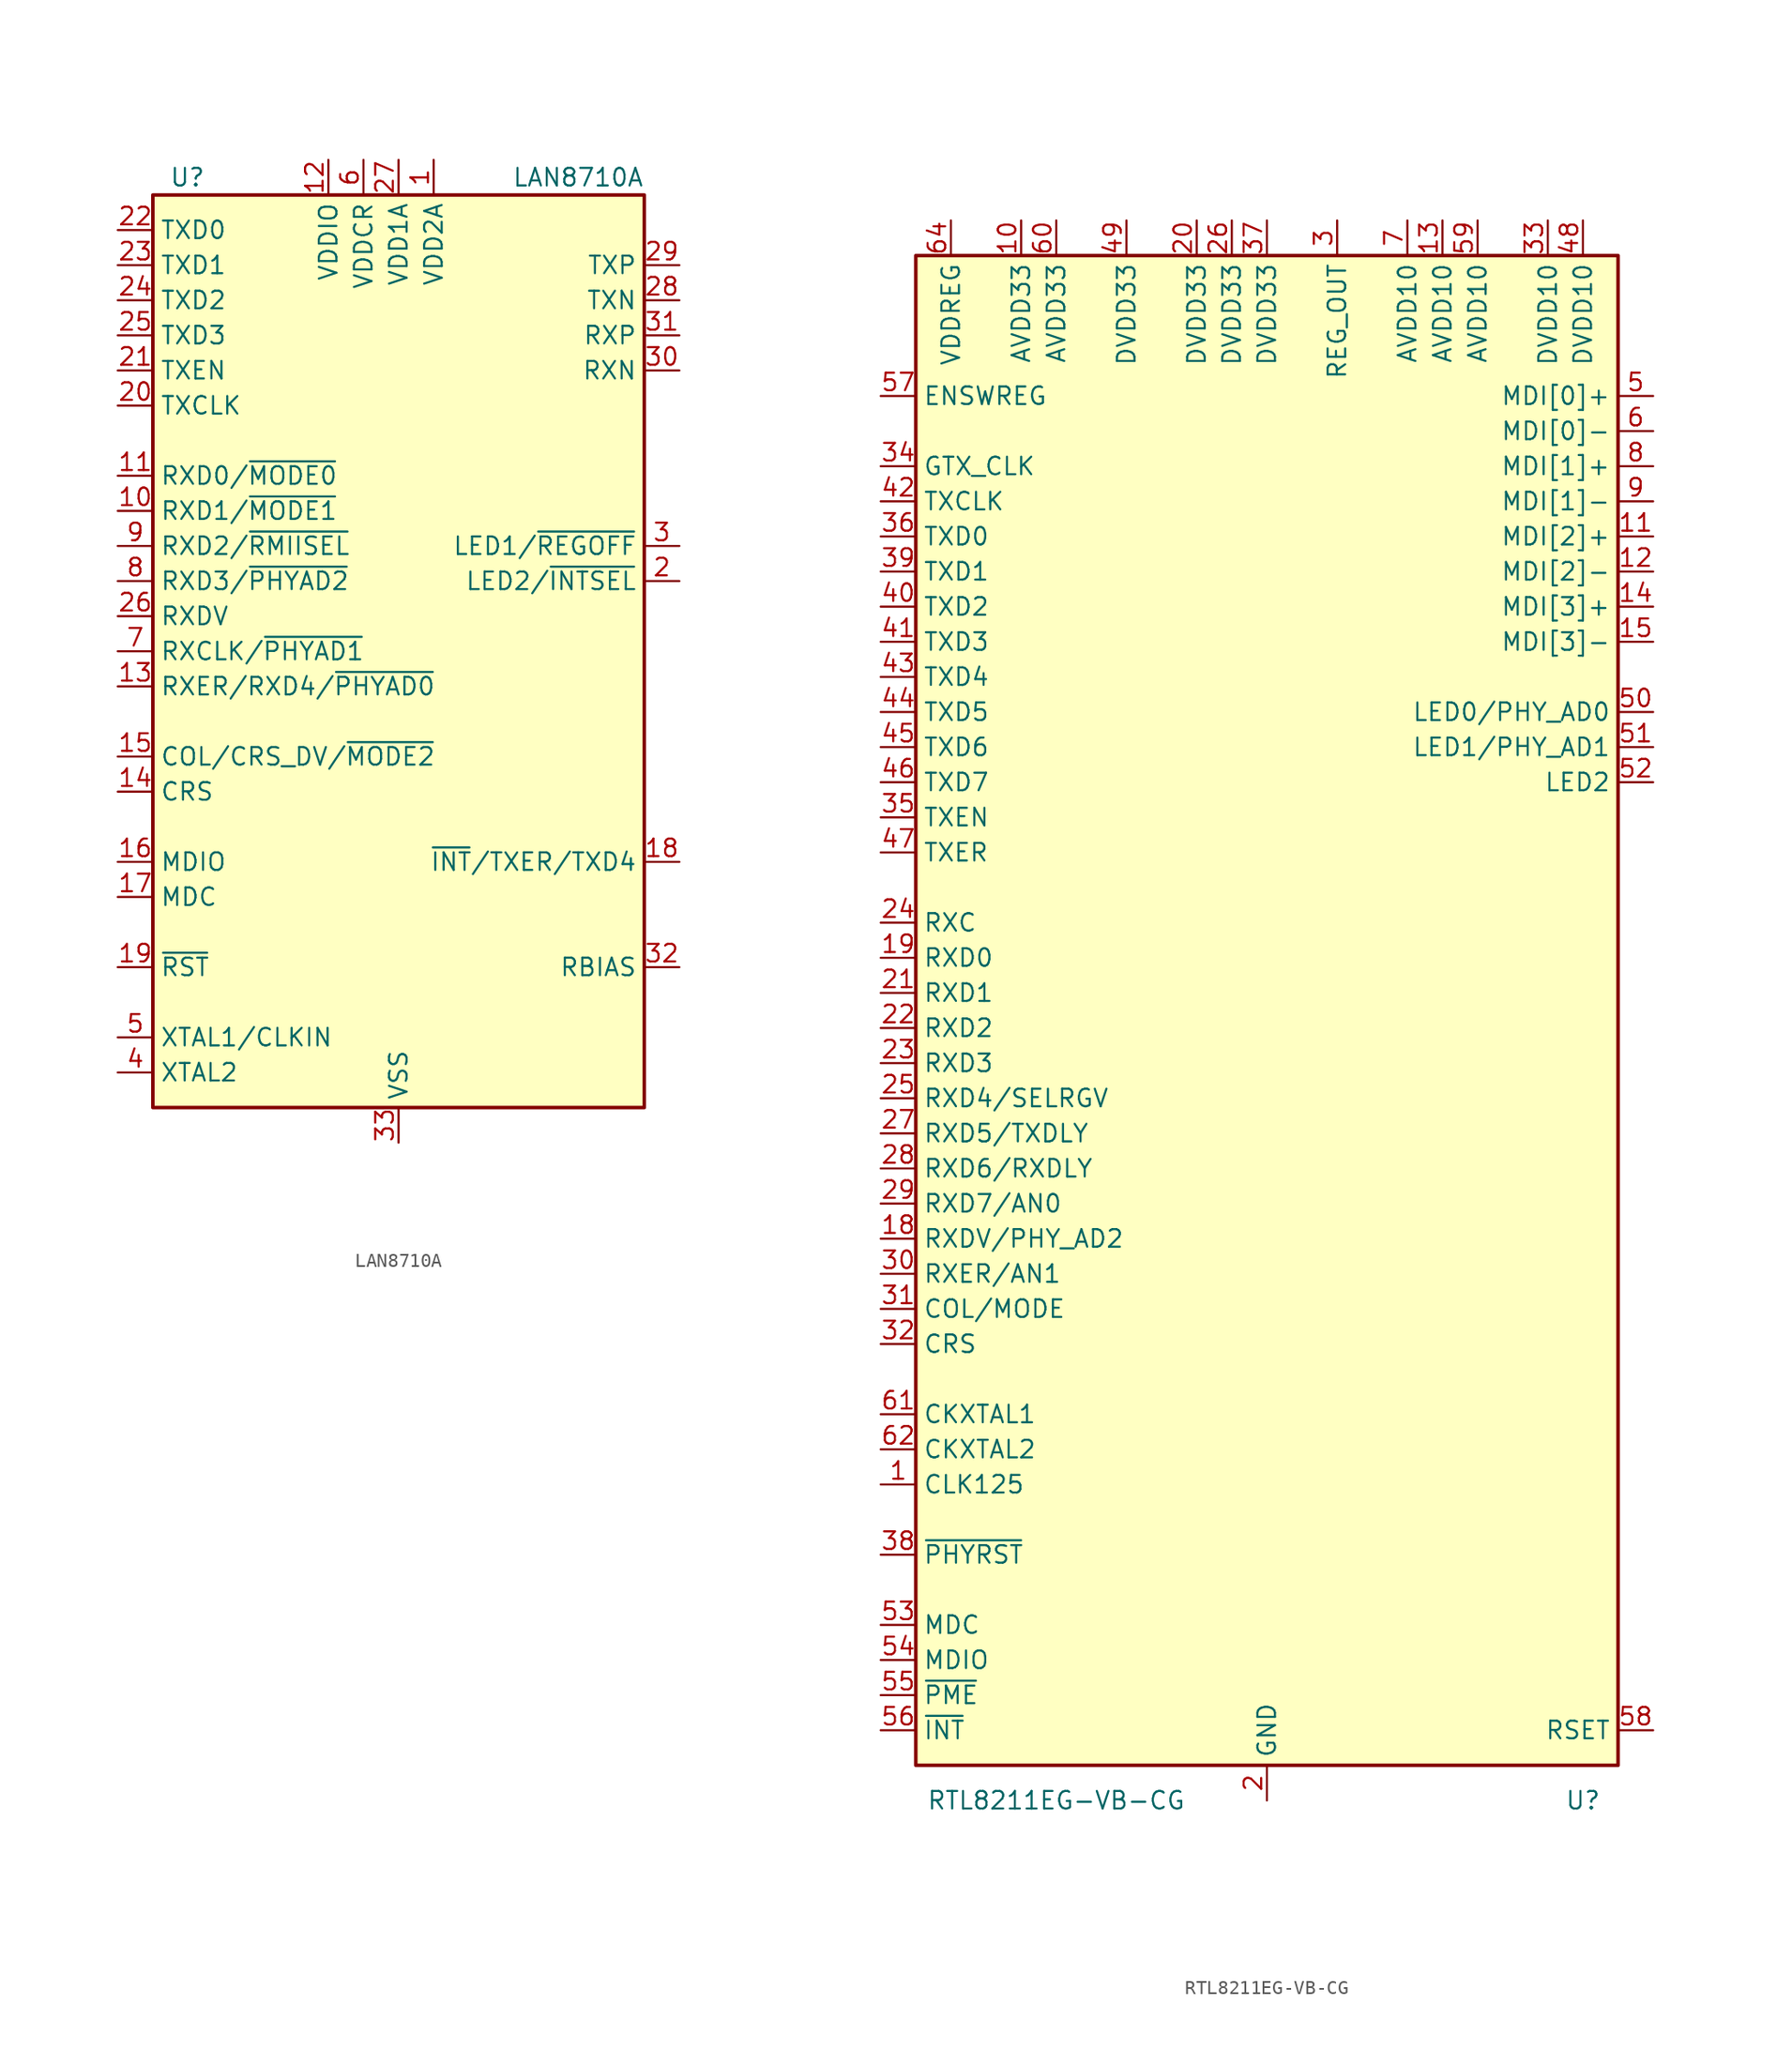
<source format=kicad_sym>
(kicad_symbol_lib
  (version 20201005)
  (generator kicad_symbol_editor)
  (symbol "Interface_Ethernet:LAN8710A"
    (property "Reference" "U"
      (at -13.97 34.29 0)
      (effects (font (size 1.27 1.27)) (justify right)))
    (property "Value" "LAN8710A"
      (at 17.78 34.29 0)
      (effects (font (size 1.27 1.27)) (justify right)))
    (symbol "LAN8710A_0_1"
      (rectangle (start -17.78 33.02) (end 17.78 -33.02) (stroke (width 0.254)) (fill (type background))))
    (symbol "LAN8710A_1_1"
      (pin power_in line (at 2.54 35.56 270) (length 2.54) (name "VDD2A" (effects (font (size 1.27 1.27)))) (number "1" (effects (font (size 1.27 1.27)))))
      (pin bidirectional line (at -20.32 10.16 0) (length 2.54) (name "RXD1/~MODE1" (effects (font (size 1.27 1.27)))) (number "10" (effects (font (size 1.27 1.27)))))
      (pin bidirectional line (at -20.32 12.7 0) (length 2.54) (name "RXD0/~MODE0" (effects (font (size 1.27 1.27)))) (number "11" (effects (font (size 1.27 1.27)))))
      (pin power_in line (at -5.08 35.56 270) (length 2.54) (name "VDDIO" (effects (font (size 1.27 1.27)))) (number "12" (effects (font (size 1.27 1.27)))))
      (pin bidirectional line (at -20.32 -2.54 0) (length 2.54) (name "RXER/RXD4/~PHYAD0" (effects (font (size 1.27 1.27)))) (number "13" (effects (font (size 1.27 1.27)))))
      (pin output line (at -20.32 -10.16 0) (length 2.54) (name "CRS" (effects (font (size 1.27 1.27)))) (number "14" (effects (font (size 1.27 1.27)))))
      (pin bidirectional line (at -20.32 -7.62 0) (length 2.54) (name "COL/CRS_DV/~MODE2" (effects (font (size 1.27 1.27)))) (number "15" (effects (font (size 1.27 1.27)))))
      (pin bidirectional line (at -20.32 -15.24 0) (length 2.54) (name "MDIO" (effects (font (size 1.27 1.27)))) (number "16" (effects (font (size 1.27 1.27)))))
      (pin input line (at -20.32 -17.78 0) (length 2.54) (name "MDC" (effects (font (size 1.27 1.27)))) (number "17" (effects (font (size 1.27 1.27)))))
      (pin bidirectional line (at 20.32 -15.24 180) (length 2.54) (name "~INT~/TXER/TXD4" (effects (font (size 1.27 1.27)))) (number "18" (effects (font (size 1.27 1.27)))))
      (pin input line (at -20.32 -22.86 0) (length 2.54) (name "~RST" (effects (font (size 1.27 1.27)))) (number "19" (effects (font (size 1.27 1.27)))))
      (pin bidirectional line (at 20.32 5.08 180) (length 2.54) (name "LED2/~INTSEL" (effects (font (size 1.27 1.27)))) (number "2" (effects (font (size 1.27 1.27)))))
      (pin output line (at -20.32 17.78 0) (length 2.54) (name "TXCLK" (effects (font (size 1.27 1.27)))) (number "20" (effects (font (size 1.27 1.27)))))
      (pin input line (at -20.32 20.32 0) (length 2.54) (name "TXEN" (effects (font (size 1.27 1.27)))) (number "21" (effects (font (size 1.27 1.27)))))
      (pin input line (at -20.32 30.48 0) (length 2.54) (name "TXD0" (effects (font (size 1.27 1.27)))) (number "22" (effects (font (size 1.27 1.27)))))
      (pin input line (at -20.32 27.94 0) (length 2.54) (name "TXD1" (effects (font (size 1.27 1.27)))) (number "23" (effects (font (size 1.27 1.27)))))
      (pin input line (at -20.32 25.4 0) (length 2.54) (name "TXD2" (effects (font (size 1.27 1.27)))) (number "24" (effects (font (size 1.27 1.27)))))
      (pin input line (at -20.32 22.86 0) (length 2.54) (name "TXD3" (effects (font (size 1.27 1.27)))) (number "25" (effects (font (size 1.27 1.27)))))
      (pin output line (at -20.32 2.54 0) (length 2.54) (name "RXDV" (effects (font (size 1.27 1.27)))) (number "26" (effects (font (size 1.27 1.27)))))
      (pin power_in line (at 0 35.56 270) (length 2.54) (name "VDD1A" (effects (font (size 1.27 1.27)))) (number "27" (effects (font (size 1.27 1.27)))))
      (pin bidirectional line (at 20.32 25.4 180) (length 2.54) (name "TXN" (effects (font (size 1.27 1.27)))) (number "28" (effects (font (size 1.27 1.27)))))
      (pin bidirectional line (at 20.32 27.94 180) (length 2.54) (name "TXP" (effects (font (size 1.27 1.27)))) (number "29" (effects (font (size 1.27 1.27)))))
      (pin bidirectional line (at 20.32 7.62 180) (length 2.54) (name "LED1/~REGOFF" (effects (font (size 1.27 1.27)))) (number "3" (effects (font (size 1.27 1.27)))))
      (pin bidirectional line (at 20.32 20.32 180) (length 2.54) (name "RXN" (effects (font (size 1.27 1.27)))) (number "30" (effects (font (size 1.27 1.27)))))
      (pin bidirectional line (at 20.32 22.86 180) (length 2.54) (name "RXP" (effects (font (size 1.27 1.27)))) (number "31" (effects (font (size 1.27 1.27)))))
      (pin passive line (at 20.32 -22.86 180) (length 2.54) (name "RBIAS" (effects (font (size 1.27 1.27)))) (number "32" (effects (font (size 1.27 1.27)))))
      (pin power_in line (at 0 -35.56 90) (length 2.54) (name "VSS" (effects (font (size 1.27 1.27)))) (number "33" (effects (font (size 1.27 1.27)))))
      (pin output line (at -20.32 -30.48 0) (length 2.54) (name "XTAL2" (effects (font (size 1.27 1.27)))) (number "4" (effects (font (size 1.27 1.27)))))
      (pin input line (at -20.32 -27.94 0) (length 2.54) (name "XTAL1/CLKIN" (effects (font (size 1.27 1.27)))) (number "5" (effects (font (size 1.27 1.27)))))
      (pin power_in line (at -2.54 35.56 270) (length 2.54) (name "VDDCR" (effects (font (size 1.27 1.27)))) (number "6" (effects (font (size 1.27 1.27)))))
      (pin bidirectional line (at -20.32 0 0) (length 2.54) (name "RXCLK/~PHYAD1" (effects (font (size 1.27 1.27)))) (number "7" (effects (font (size 1.27 1.27)))))
      (pin bidirectional line (at -20.32 5.08 0) (length 2.54) (name "RXD3/~PHYAD2" (effects (font (size 1.27 1.27)))) (number "8" (effects (font (size 1.27 1.27)))))
      (pin bidirectional line (at -20.32 7.62 0) (length 2.54) (name "RXD2/~RMIISEL" (effects (font (size 1.27 1.27)))) (number "9" (effects (font (size 1.27 1.27)))))))
  (symbol "Interface_Ethernet:RTL8211EG-VB-CG"
    (property "Reference" "U"
      (at 22.86 -58.42 0)
      (effects (font (size 1.27 1.27))))
    (property "Value" "RTL8211EG-VB-CG"
      (at -15.24 -58.42 0)
      (effects (font (size 1.27 1.27))))
    (symbol "RTL8211EG-VB-CG_0_1"
      (rectangle (start -25.4 53.34) (end 25.4 -55.88) (stroke (width 0.254)) (fill (type background))))
    (symbol "RTL8211EG-VB-CG_1_1"
      (pin output line (at -27.94 -35.56 0) (length 2.54) (name "CLK125" (effects (font (size 1.27 1.27)))) (number "1" (effects (font (size 1.27 1.27)))))
      (pin power_in line (at -17.78 55.88 270) (length 2.54) (name "AVDD33" (effects (font (size 1.27 1.27)))) (number "10" (effects (font (size 1.27 1.27)))))
      (pin bidirectional line (at 27.94 33.02 180) (length 2.54) (name "MDI[2]+" (effects (font (size 1.27 1.27)))) (number "11" (effects (font (size 1.27 1.27)))))
      (pin bidirectional line (at 27.94 30.48 180) (length 2.54) (name "MDI[2]-" (effects (font (size 1.27 1.27)))) (number "12" (effects (font (size 1.27 1.27)))))
      (pin power_in line (at 12.7 55.88 270) (length 2.54) (name "AVDD10" (effects (font (size 1.27 1.27)))) (number "13" (effects (font (size 1.27 1.27)))))
      (pin bidirectional line (at 27.94 27.94 180) (length 2.54) (name "MDI[3]+" (effects (font (size 1.27 1.27)))) (number "14" (effects (font (size 1.27 1.27)))))
      (pin bidirectional line (at 27.94 25.4 180) (length 2.54) (name "MDI[3]-" (effects (font (size 1.27 1.27)))) (number "15" (effects (font (size 1.27 1.27)))))
      (pin no_connect line (at 25.4 5.08 180) (length 2.54) hide (name "NC" (effects (font (size 1.27 1.27)))) (number "16" (effects (font (size 1.27 1.27)))))
      (pin no_connect line (at 25.4 2.54 180) (length 2.54) hide (name "NC" (effects (font (size 1.27 1.27)))) (number "17" (effects (font (size 1.27 1.27)))))
      (pin bidirectional line (at -27.94 -17.78 0) (length 2.54) (name "RXDV/PHY_AD2" (effects (font (size 1.27 1.27)))) (number "18" (effects (font (size 1.27 1.27)))))
      (pin output line (at -27.94 2.54 0) (length 2.54) (name "RXD0" (effects (font (size 1.27 1.27)))) (number "19" (effects (font (size 1.27 1.27)))))
      (pin power_in line (at 0 -58.42 90) (length 2.54) (name "GND" (effects (font (size 1.27 1.27)))) (number "2" (effects (font (size 1.27 1.27)))))
      (pin power_in line (at -5.08 55.88 270) (length 2.54) (name "DVDD33" (effects (font (size 1.27 1.27)))) (number "20" (effects (font (size 1.27 1.27)))))
      (pin output line (at -27.94 0 0) (length 2.54) (name "RXD1" (effects (font (size 1.27 1.27)))) (number "21" (effects (font (size 1.27 1.27)))))
      (pin output line (at -27.94 -2.54 0) (length 2.54) (name "RXD2" (effects (font (size 1.27 1.27)))) (number "22" (effects (font (size 1.27 1.27)))))
      (pin output line (at -27.94 -5.08 0) (length 2.54) (name "RXD3" (effects (font (size 1.27 1.27)))) (number "23" (effects (font (size 1.27 1.27)))))
      (pin output line (at -27.94 5.08 0) (length 2.54) (name "RXC" (effects (font (size 1.27 1.27)))) (number "24" (effects (font (size 1.27 1.27)))))
      (pin bidirectional line (at -27.94 -7.62 0) (length 2.54) (name "RXD4/SELRGV" (effects (font (size 1.27 1.27)))) (number "25" (effects (font (size 1.27 1.27)))))
      (pin power_in line (at -2.54 55.88 270) (length 2.54) (name "DVDD33" (effects (font (size 1.27 1.27)))) (number "26" (effects (font (size 1.27 1.27)))))
      (pin bidirectional line (at -27.94 -10.16 0) (length 2.54) (name "RXD5/TXDLY" (effects (font (size 1.27 1.27)))) (number "27" (effects (font (size 1.27 1.27)))))
      (pin bidirectional line (at -27.94 -12.7 0) (length 2.54) (name "RXD6/RXDLY" (effects (font (size 1.27 1.27)))) (number "28" (effects (font (size 1.27 1.27)))))
      (pin bidirectional line (at -27.94 -15.24 0) (length 2.54) (name "RXD7/AN0" (effects (font (size 1.27 1.27)))) (number "29" (effects (font (size 1.27 1.27)))))
      (pin power_out line (at 5.08 55.88 270) (length 2.54) (name "REG_OUT" (effects (font (size 1.27 1.27)))) (number "3" (effects (font (size 1.27 1.27)))))
      (pin bidirectional line (at -27.94 -20.32 0) (length 2.54) (name "RXER/AN1" (effects (font (size 1.27 1.27)))) (number "30" (effects (font (size 1.27 1.27)))))
      (pin bidirectional line (at -27.94 -22.86 0) (length 2.54) (name "COL/MODE" (effects (font (size 1.27 1.27)))) (number "31" (effects (font (size 1.27 1.27)))))
      (pin output line (at -27.94 -25.4 0) (length 2.54) (name "CRS" (effects (font (size 1.27 1.27)))) (number "32" (effects (font (size 1.27 1.27)))))
      (pin power_in line (at 20.32 55.88 270) (length 2.54) (name "DVDD10" (effects (font (size 1.27 1.27)))) (number "33" (effects (font (size 1.27 1.27)))))
      (pin input line (at -27.94 38.1 0) (length 2.54) (name "GTX_CLK" (effects (font (size 1.27 1.27)))) (number "34" (effects (font (size 1.27 1.27)))))
      (pin input line (at -27.94 12.7 0) (length 2.54) (name "TXEN" (effects (font (size 1.27 1.27)))) (number "35" (effects (font (size 1.27 1.27)))))
      (pin input line (at -27.94 33.02 0) (length 2.54) (name "TXD0" (effects (font (size 1.27 1.27)))) (number "36" (effects (font (size 1.27 1.27)))))
      (pin power_in line (at 0 55.88 270) (length 2.54) (name "DVDD33" (effects (font (size 1.27 1.27)))) (number "37" (effects (font (size 1.27 1.27)))))
      (pin input line (at -27.94 -40.64 0) (length 2.54) (name "~PHYRST" (effects (font (size 1.27 1.27)))) (number "38" (effects (font (size 1.27 1.27)))))
      (pin input line (at -27.94 30.48 0) (length 2.54) (name "TXD1" (effects (font (size 1.27 1.27)))) (number "39" (effects (font (size 1.27 1.27)))))
      (pin passive line (at 0 -58.42 90) (length 2.54) hide (name "GND" (effects (font (size 1.27 1.27)))) (number "4" (effects (font (size 1.27 1.27)))))
      (pin input line (at -27.94 27.94 0) (length 2.54) (name "TXD2" (effects (font (size 1.27 1.27)))) (number "40" (effects (font (size 1.27 1.27)))))
      (pin input line (at -27.94 25.4 0) (length 2.54) (name "TXD3" (effects (font (size 1.27 1.27)))) (number "41" (effects (font (size 1.27 1.27)))))
      (pin output line (at -27.94 35.56 0) (length 2.54) (name "TXCLK" (effects (font (size 1.27 1.27)))) (number "42" (effects (font (size 1.27 1.27)))))
      (pin input line (at -27.94 22.86 0) (length 2.54) (name "TXD4" (effects (font (size 1.27 1.27)))) (number "43" (effects (font (size 1.27 1.27)))))
      (pin input line (at -27.94 20.32 0) (length 2.54) (name "TXD5" (effects (font (size 1.27 1.27)))) (number "44" (effects (font (size 1.27 1.27)))))
      (pin input line (at -27.94 17.78 0) (length 2.54) (name "TXD6" (effects (font (size 1.27 1.27)))) (number "45" (effects (font (size 1.27 1.27)))))
      (pin input line (at -27.94 15.24 0) (length 2.54) (name "TXD7" (effects (font (size 1.27 1.27)))) (number "46" (effects (font (size 1.27 1.27)))))
      (pin input line (at -27.94 10.16 0) (length 2.54) (name "TXER" (effects (font (size 1.27 1.27)))) (number "47" (effects (font (size 1.27 1.27)))))
      (pin power_in line (at 22.86 55.88 270) (length 2.54) (name "DVDD10" (effects (font (size 1.27 1.27)))) (number "48" (effects (font (size 1.27 1.27)))))
      (pin power_in line (at -10.16 55.88 270) (length 2.54) (name "DVDD33" (effects (font (size 1.27 1.27)))) (number "49" (effects (font (size 1.27 1.27)))))
      (pin bidirectional line (at 27.94 43.18 180) (length 2.54) (name "MDI[0]+" (effects (font (size 1.27 1.27)))) (number "5" (effects (font (size 1.27 1.27)))))
      (pin bidirectional line (at 27.94 20.32 180) (length 2.54) (name "LED0/PHY_AD0" (effects (font (size 1.27 1.27)))) (number "50" (effects (font (size 1.27 1.27)))))
      (pin bidirectional line (at 27.94 17.78 180) (length 2.54) (name "LED1/PHY_AD1" (effects (font (size 1.27 1.27)))) (number "51" (effects (font (size 1.27 1.27)))))
      (pin bidirectional line (at 27.94 15.24 180) (length 2.54) (name "LED2" (effects (font (size 1.27 1.27)))) (number "52" (effects (font (size 1.27 1.27)))))
      (pin input line (at -27.94 -45.72 0) (length 2.54) (name "MDC" (effects (font (size 1.27 1.27)))) (number "53" (effects (font (size 1.27 1.27)))))
      (pin bidirectional line (at -27.94 -48.26 0) (length 2.54) (name "MDIO" (effects (font (size 1.27 1.27)))) (number "54" (effects (font (size 1.27 1.27)))))
      (pin open_collector line (at -27.94 -50.8 0) (length 2.54) (name "~PME" (effects (font (size 1.27 1.27)))) (number "55" (effects (font (size 1.27 1.27)))))
      (pin open_collector line (at -27.94 -53.34 0) (length 2.54) (name "~INT" (effects (font (size 1.27 1.27)))) (number "56" (effects (font (size 1.27 1.27)))))
      (pin input line (at -27.94 43.18 0) (length 2.54) (name "ENSWREG" (effects (font (size 1.27 1.27)))) (number "57" (effects (font (size 1.27 1.27)))))
      (pin passive line (at 27.94 -53.34 180) (length 2.54) (name "RSET" (effects (font (size 1.27 1.27)))) (number "58" (effects (font (size 1.27 1.27)))))
      (pin power_in line (at 15.24 55.88 270) (length 2.54) (name "AVDD10" (effects (font (size 1.27 1.27)))) (number "59" (effects (font (size 1.27 1.27)))))
      (pin bidirectional line (at 27.94 40.64 180) (length 2.54) (name "MDI[0]-" (effects (font (size 1.27 1.27)))) (number "6" (effects (font (size 1.27 1.27)))))
      (pin power_in line (at -15.24 55.88 270) (length 2.54) (name "AVDD33" (effects (font (size 1.27 1.27)))) (number "60" (effects (font (size 1.27 1.27)))))
      (pin input line (at -27.94 -30.48 0) (length 2.54) (name "CKXTAL1" (effects (font (size 1.27 1.27)))) (number "61" (effects (font (size 1.27 1.27)))))
      (pin output line (at -27.94 -33.02 0) (length 2.54) (name "CKXTAL2" (effects (font (size 1.27 1.27)))) (number "62" (effects (font (size 1.27 1.27)))))
      (pin passive line (at 0 -58.42 90) (length 2.54) hide (name "GND" (effects (font (size 1.27 1.27)))) (number "63" (effects (font (size 1.27 1.27)))))
      (pin power_in line (at -22.86 55.88 270) (length 2.54) (name "VDDREG" (effects (font (size 1.27 1.27)))) (number "64" (effects (font (size 1.27 1.27)))))
      (pin passive line (at 0 -58.42 90) (length 2.54) hide (name "GND" (effects (font (size 1.27 1.27)))) (number "65" (effects (font (size 1.27 1.27)))))
      (pin power_in line (at 10.16 55.88 270) (length 2.54) (name "AVDD10" (effects (font (size 1.27 1.27)))) (number "7" (effects (font (size 1.27 1.27)))))
      (pin bidirectional line (at 27.94 38.1 180) (length 2.54) (name "MDI[1]+" (effects (font (size 1.27 1.27)))) (number "8" (effects (font (size 1.27 1.27)))))
      (pin bidirectional line (at 27.94 35.56 180) (length 2.54) (name "MDI[1]-" (effects (font (size 1.27 1.27)))) (number "9" (effects (font (size 1.27 1.27))))))))
</source>
